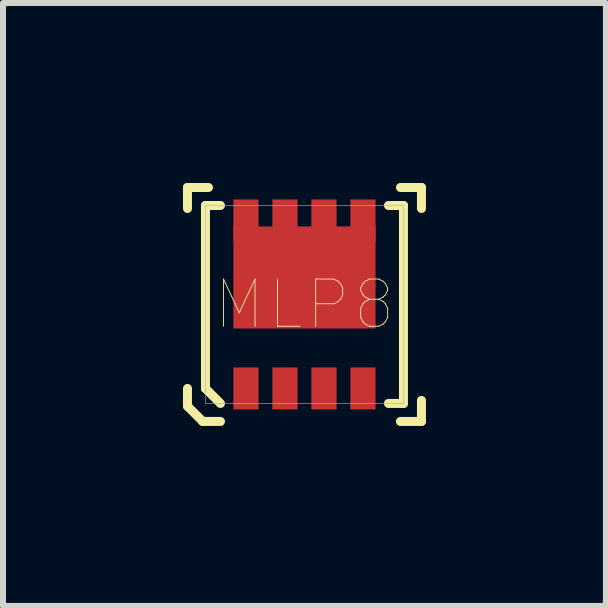
<source format=kicad_pcb>
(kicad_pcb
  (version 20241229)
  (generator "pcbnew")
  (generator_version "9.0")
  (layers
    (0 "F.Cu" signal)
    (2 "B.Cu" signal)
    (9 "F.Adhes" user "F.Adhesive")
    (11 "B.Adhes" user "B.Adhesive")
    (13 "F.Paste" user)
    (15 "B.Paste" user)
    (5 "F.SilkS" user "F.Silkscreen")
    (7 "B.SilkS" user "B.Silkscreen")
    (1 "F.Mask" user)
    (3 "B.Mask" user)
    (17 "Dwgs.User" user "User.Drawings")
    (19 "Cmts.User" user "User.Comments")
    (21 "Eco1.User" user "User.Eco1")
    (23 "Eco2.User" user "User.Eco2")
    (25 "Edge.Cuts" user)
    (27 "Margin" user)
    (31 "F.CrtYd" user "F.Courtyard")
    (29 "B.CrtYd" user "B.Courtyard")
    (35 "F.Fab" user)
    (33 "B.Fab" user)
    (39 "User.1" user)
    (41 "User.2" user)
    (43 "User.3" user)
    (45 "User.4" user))
  (footprint "MLP8"
    (layer "F.Cu")
    (at 2.025 2.025)
    (property "Reference" "MLP8" (at 0 0 0) (layer "F.SilkS") (effects (font (size 0.787 0.787) (thickness 0.015))))
    (attr through_hole)
    (fp_line (start -1.95 -1.95) (end -1.6 -1.95) (stroke (width 0.15) (type solid)) (layer "F.SilkS"))
    (fp_line (start -1.95 -1.6) (end -1.95 -1.95) (stroke (width 0.15) (type solid)) (layer "F.SilkS"))
    (fp_line (start -1.95 1.695) (end -1.95 1.4) (stroke (width 0.15) (type solid)) (layer "F.SilkS"))
    (fp_line (start -1.695 1.95) (end -1.95 1.695) (stroke (width 0.15) (type solid)) (layer "F.SilkS"))
    (fp_line (start -1.65 -1.65) (end -1.65 1.4) (stroke (width 0.15) (type solid)) (layer "F.SilkS"))
    (fp_line (start -1.65 1.4) (end -1.4 1.65) (stroke (width 0.15) (type solid)) (layer "F.SilkS"))
    (fp_line (start -1.4 -1.65) (end -1.65 -1.65) (stroke (width 0.15) (type solid)) (layer "F.SilkS"))
    (fp_line (start -1.4 1.95) (end -1.695 1.95) (stroke (width 0.15) (type solid)) (layer "F.SilkS"))
    (fp_line (start 1.4 1.65) (end 1.65 1.65) (stroke (width 0.15) (type solid)) (layer "F.SilkS"))
    (fp_line (start 1.6 -1.95) (end 1.95 -1.95) (stroke (width 0.15) (type solid)) (layer "F.SilkS"))
    (fp_line (start 1.6 1.95) (end 1.95 1.95) (stroke (width 0.15) (type solid)) (layer "F.SilkS"))
    (fp_line (start 1.65 -1.65) (end 1.4 -1.65) (stroke (width 0.15) (type solid)) (layer "F.SilkS"))
    (fp_line (start 1.65 1.65) (end 1.65 -1.65) (stroke (width 0.15) (type solid)) (layer "F.SilkS"))
    (fp_line (start 1.95 -1.6) (end 1.95 -1.95) (stroke (width 0.15) (type solid)) (layer "F.SilkS"))
    (fp_line (start 1.95 1.95) (end 1.95 1.6) (stroke (width 0.15) (type solid)) (layer "F.SilkS"))
    (fp_poly (pts (xy -1.653 -1.65) (xy 1.65 -1.65) (xy 1.65 1.653) (xy -1.653 1.653)) (stroke (width 0.01) (type solid)) (fill no) (layer "F.Fab"))
    (pad "1" smd rect (at -0.975 1.4) (size 0.42 0.7) (layers "F.Cu" "F.Mask" "F.Paste"))
    (pad "2" smd rect (at -0.325 1.4) (size 0.42 0.7) (layers "F.Cu" "F.Mask" "F.Paste"))
    (pad "3" smd rect (at 0.325 1.4) (size 0.42 0.7) (layers "F.Cu" "F.Mask" "F.Paste"))
    (pad "4" smd rect (at 0.975 1.4) (size 0.42 0.7) (layers "F.Cu" "F.Mask" "F.Paste"))
    (pad "5" smd rect (at 0.975 -1.4) (size 0.42 0.7) (layers "F.Cu" "F.Mask" "F.Paste"))
    (pad "6" smd rect (at 0.325 -1.4) (size 0.42 0.7) (layers "F.Cu" "F.Mask" "F.Paste"))
    (pad "7" smd rect (at -0.325 -1.4) (size 0.42 0.7) (layers "F.Cu" "F.Mask" "F.Paste"))
    (pad "8" smd rect (at -0.975 -1.4) (size 0.42 0.7) (layers "F.Cu" "F.Mask" "F.Paste"))
    (pad "P" smd rect (at 0 -0.45) (size 2.37 1.7) (layers "F.Cu" "F.Mask" "F.Paste")))
  (gr_rect
    (start -3 -3)
    (end 7.05 7.05)
    (stroke (width 0.1) (type default))
    (fill no)
    (layer "Edge.Cuts")))
</source>
